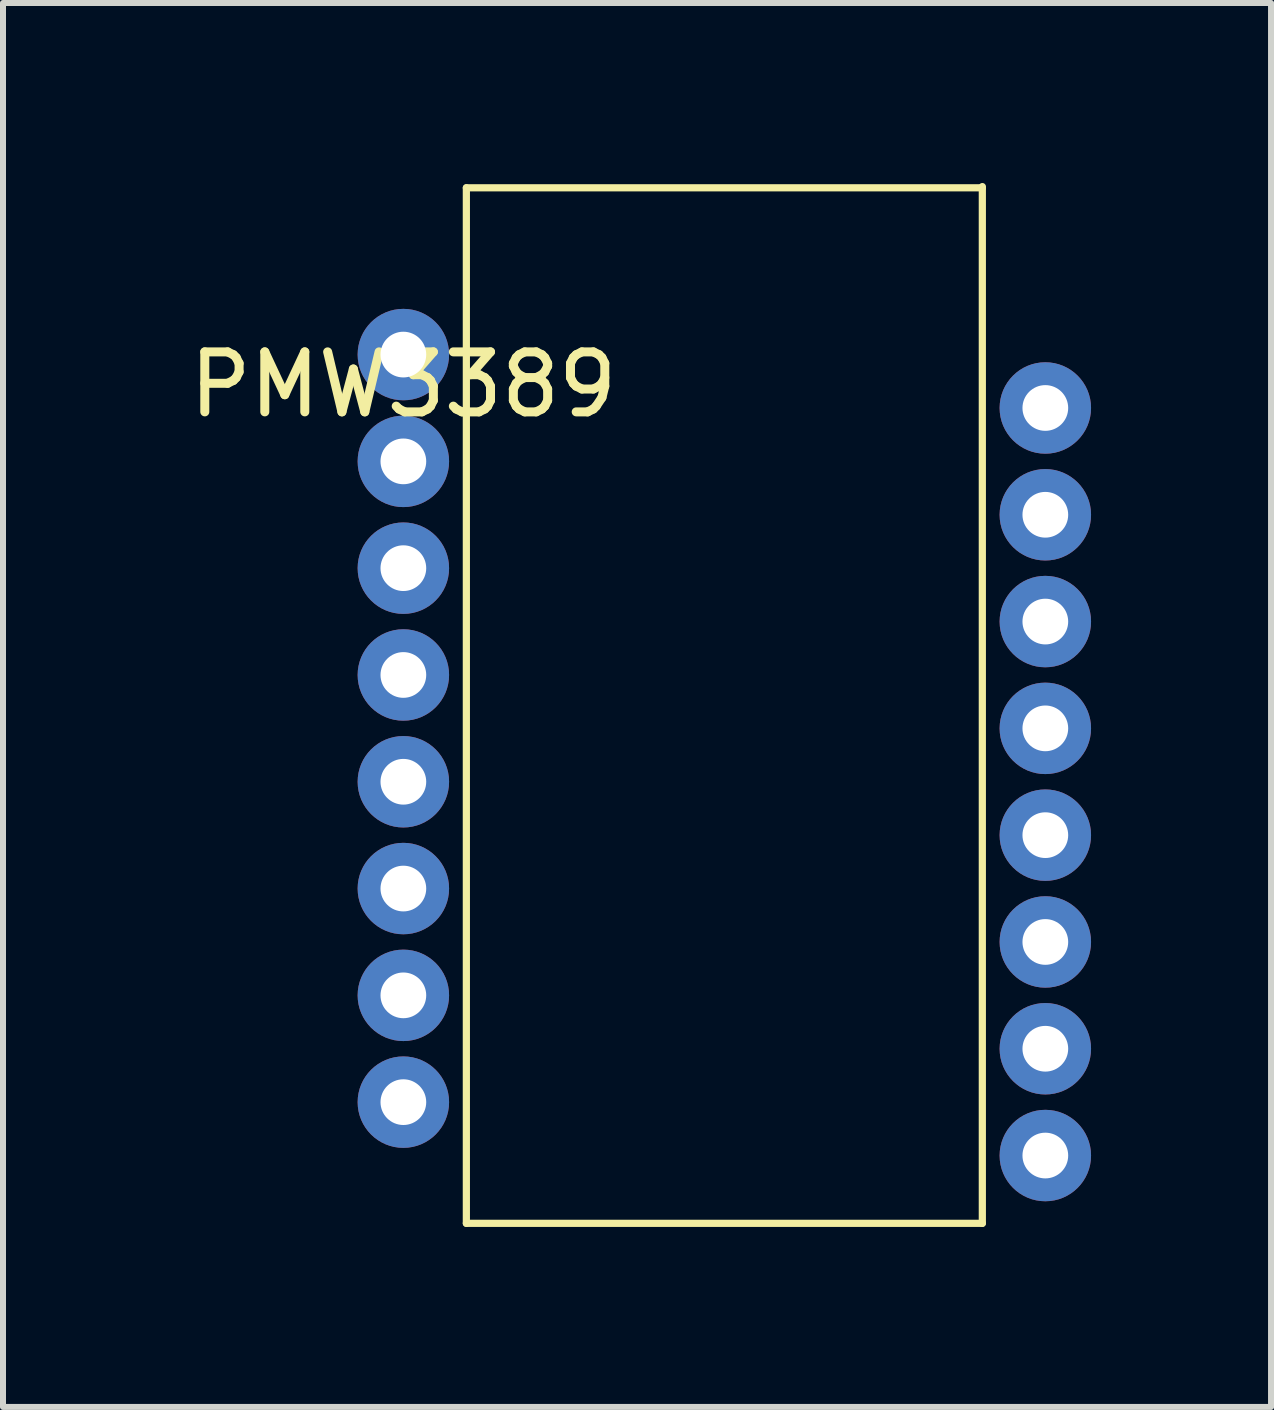
<source format=kicad_pcb>
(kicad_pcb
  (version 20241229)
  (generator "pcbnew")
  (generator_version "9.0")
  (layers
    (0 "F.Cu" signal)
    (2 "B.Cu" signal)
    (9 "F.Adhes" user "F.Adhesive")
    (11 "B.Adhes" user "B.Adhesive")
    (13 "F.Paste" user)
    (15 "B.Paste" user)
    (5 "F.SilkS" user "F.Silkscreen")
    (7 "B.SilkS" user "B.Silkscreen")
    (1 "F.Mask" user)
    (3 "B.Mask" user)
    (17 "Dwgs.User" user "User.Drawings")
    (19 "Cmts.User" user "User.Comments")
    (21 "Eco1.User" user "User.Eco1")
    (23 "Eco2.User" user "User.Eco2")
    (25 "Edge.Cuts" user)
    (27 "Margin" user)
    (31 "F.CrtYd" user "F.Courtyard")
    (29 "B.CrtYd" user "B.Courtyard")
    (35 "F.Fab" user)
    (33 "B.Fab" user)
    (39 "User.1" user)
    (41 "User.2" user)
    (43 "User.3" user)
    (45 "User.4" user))
  (footprint "PMW3389"
    (layer "F.Cu")
    (at 3.673 2.86)
    (property "Reference" "PMW3389" (at 0 0.5 0) (layer "F.SilkS") (effects (font (size 1 1) (thickness 0.15))))
    (attr through_hole)
    (fp_line (start 1.05 -2.78) (end 1.05 14.48) (stroke (width 0.12) (type solid)) (layer "F.SilkS"))
    (fp_line (start 1.05 14.48) (end 9.65 14.48) (stroke (width 0.12) (type solid)) (layer "F.SilkS"))
    (fp_line (start 9.65 -2.78) (end 1.05 -2.78) (stroke (width 0.12) (type solid)) (layer "F.SilkS"))
    (fp_line (start 9.65 14.48) (end 9.65 -2.8) (stroke (width 0.12) (type solid)) (layer "F.SilkS"))
    (pad "1" thru_hole circle (at 0 0) (size 1.524 1.524) (drill 0.762) (layers "*.Cu" "*.Mask"))
    (pad "2" thru_hole circle (at 0 1.78) (size 1.524 1.524) (drill 0.762) (layers "*.Cu" "*.Mask"))
    (pad "3" thru_hole circle (at 0 3.56) (size 1.524 1.524) (drill 0.762) (layers "*.Cu" "*.Mask"))
    (pad "4" thru_hole circle (at 0 5.34) (size 1.524 1.524) (drill 0.762) (layers "*.Cu" "*.Mask"))
    (pad "5" thru_hole circle (at 0 7.12) (size 1.524 1.524) (drill 0.762) (layers "*.Cu" "*.Mask"))
    (pad "6" thru_hole circle (at 0 8.9) (size 1.524 1.524) (drill 0.762) (layers "*.Cu" "*.Mask"))
    (pad "7" thru_hole circle (at 0 10.68) (size 1.524 1.524) (drill 0.762) (layers "*.Cu" "*.Mask"))
    (pad "8" thru_hole circle (at 0 12.46) (size 1.524 1.524) (drill 0.762) (layers "*.Cu" "*.Mask"))
    (pad "9" thru_hole circle (at 10.7 13.35) (size 1.524 1.524) (drill 0.762) (layers "*.Cu" "*.Mask"))
    (pad "10" thru_hole circle (at 10.7 11.57) (size 1.524 1.524) (drill 0.762) (layers "*.Cu" "*.Mask"))
    (pad "11" thru_hole circle (at 10.7 9.79) (size 1.524 1.524) (drill 0.762) (layers "*.Cu" "*.Mask"))
    (pad "12" thru_hole circle (at 10.7 8.01) (size 1.524 1.524) (drill 0.762) (layers "*.Cu" "*.Mask"))
    (pad "13" thru_hole circle (at 10.7 6.23) (size 1.524 1.524) (drill 0.762) (layers "*.Cu" "*.Mask"))
    (pad "14" thru_hole circle (at 10.7 4.45) (size 1.524 1.524) (drill 0.762) (layers "*.Cu" "*.Mask"))
    (pad "15" thru_hole circle (at 10.7 2.67) (size 1.524 1.524) (drill 0.762) (layers "*.Cu" "*.Mask"))
    (pad "16" thru_hole circle (at 10.7 0.89) (size 1.524 1.524) (drill 0.762) (layers "*.Cu" "*.Mask")))
  (gr_rect
    (start -3 -3)
    (end 18.135 20.4)
    (stroke (width 0.1) (type default))
    (fill no)
    (layer "Edge.Cuts")))
</source>
